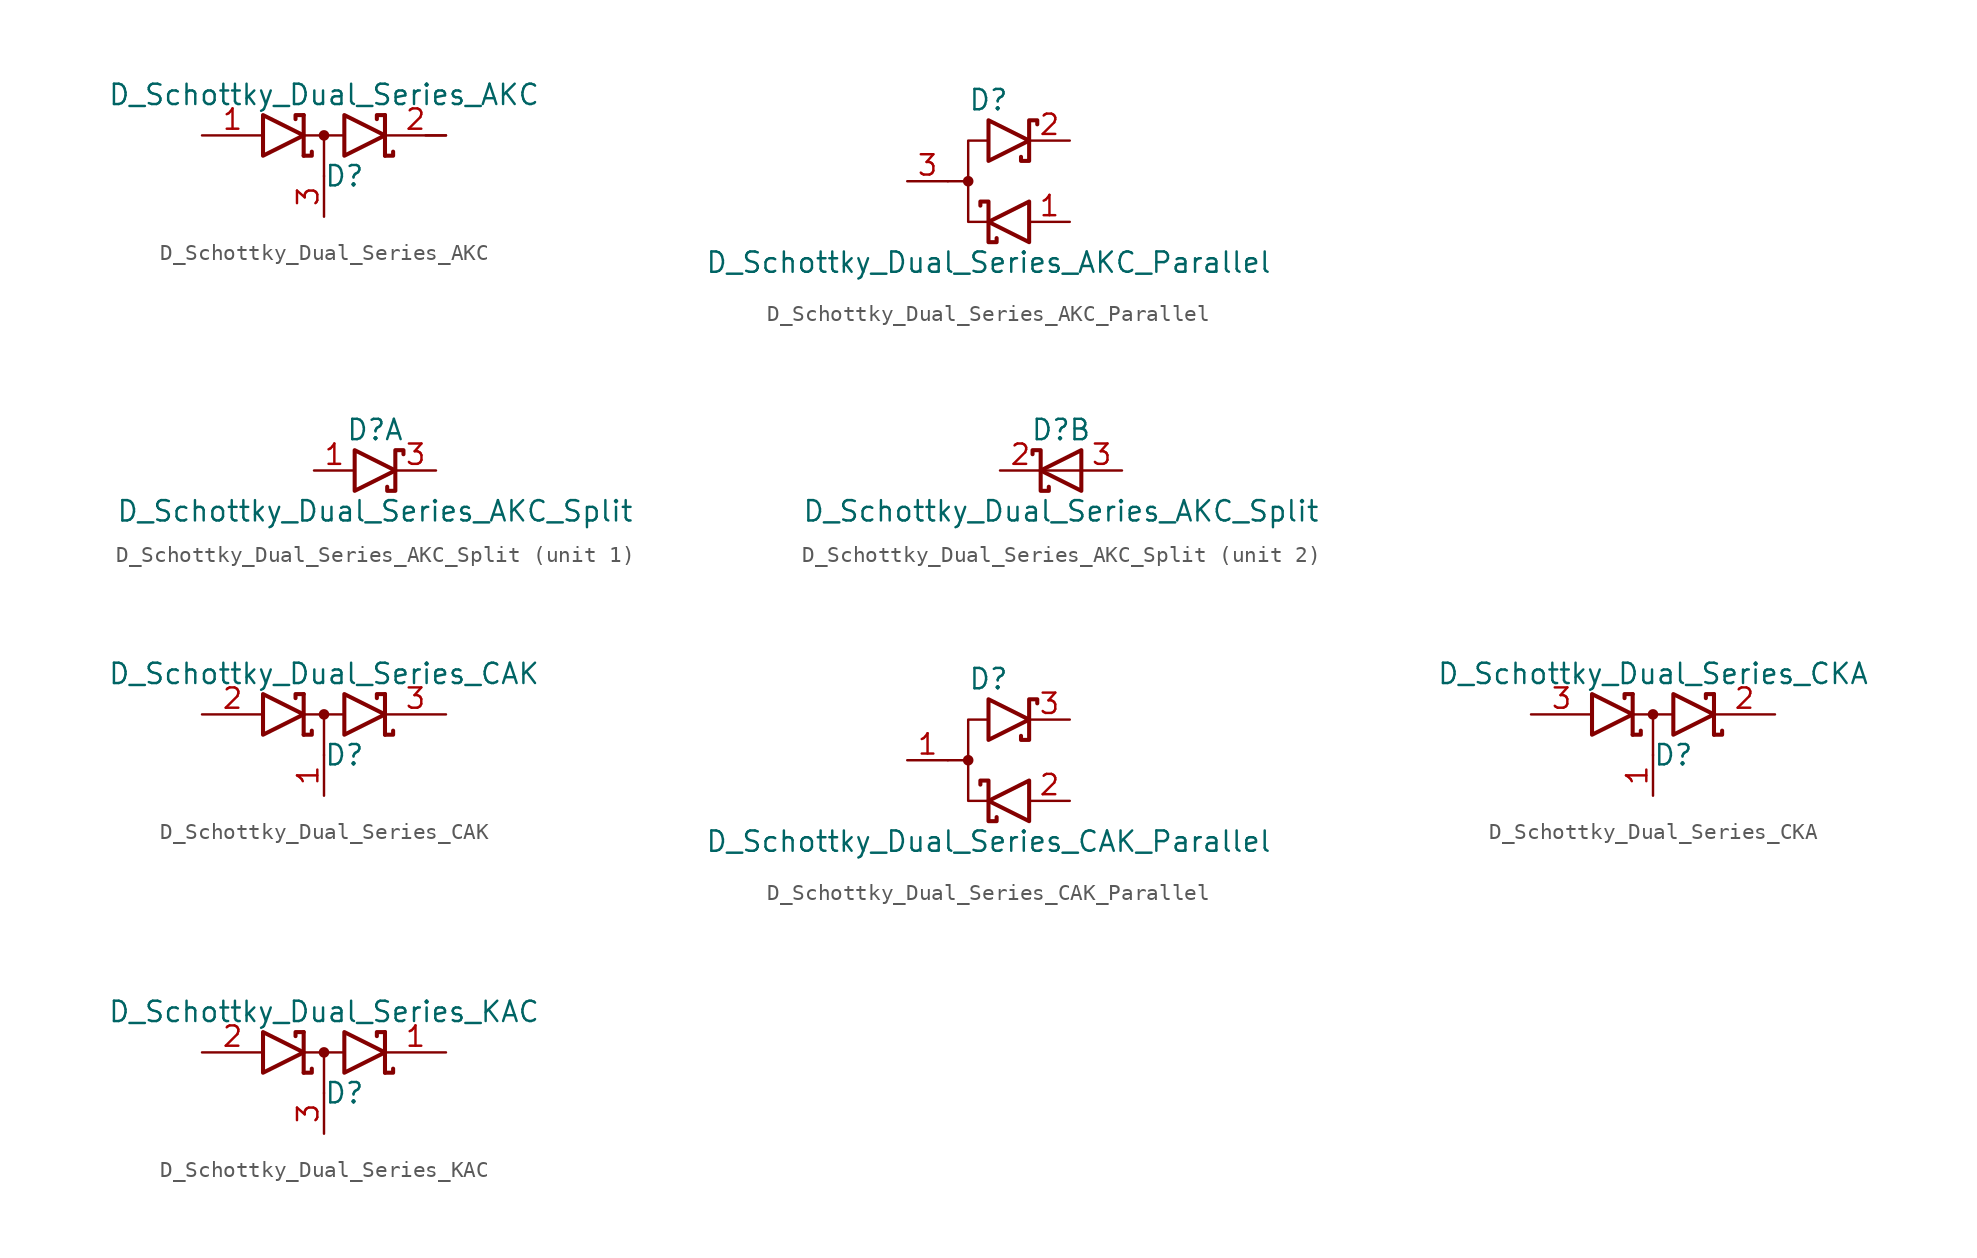
<source format=kicad_sym>
(kicad_symbol_lib
  (version 20241209)
  (generator "kicad_symbol_editor")
  (generator_version "9.0")
  (symbol "D_Schottky_Dual_Series_AKC"
    (pin_names
      (offset 0.762)
      (hide yes))
    (property "Reference" "D"
      (at 1.27 -2.54 0)
      (effects (font (size 1.27 1.27))))
    (property "Value" "D_Schottky_Dual_Series_AKC"
      (at 0 2.54 0)
      (effects (font (size 1.27 1.27))))
    (symbol "D_Schottky_Dual_Series_AKC_0_1"
      (polyline (pts (xy -3.81 1.27) (xy -1.27 0) (xy -3.81 -1.27) (xy -3.81 1.27) (xy -3.81 1.27) (xy -3.81 1.27)) (stroke (width 0.254) (type default)) (fill (type none)))
      (polyline (pts (xy -1.778 1.016) (xy -1.778 1.27) (xy -1.27 1.27) (xy -1.27 1.27) (xy -1.27 1.27)) (stroke (width 0.254) (type default)) (fill (type none)))
      (polyline (pts (xy -1.27 0) (xy 1.27 0)) (stroke (width 0) (type default)) (fill (type none)))
      (polyline (pts (xy -1.27 -1.27) (xy -1.27 1.27) (xy -1.27 1.27)) (stroke (width 0.254) (type default)) (fill (type none)))
      (polyline (pts (xy -1.27 -1.27) (xy -0.762 -1.27) (xy -0.762 -1.016) (xy -0.762 -1.016)) (stroke (width 0.254) (type default)) (fill (type none)))
      (polyline (pts (xy 0 0) (xy 0 -2.54)) (stroke (width 0) (type default)) (fill (type none)))
      (circle (center 0 0) (radius 0.254) (stroke (width 0) (type default)) (fill (type outline)))
      (polyline (pts (xy 1.27 1.27) (xy 3.81 0) (xy 1.27 -1.27) (xy 1.27 1.27) (xy 1.27 1.27) (xy 1.27 1.27)) (stroke (width 0.254) (type default)) (fill (type none)))
      (polyline (pts (xy 3.81 1.27) (xy 3.81 -1.27) (xy 3.81 -1.27)) (stroke (width 0.254) (type default)) (fill (type none)))
      (polyline (pts (xy 3.81 1.27) (xy 3.302 1.27) (xy 3.302 1.016) (xy 3.302 1.016)) (stroke (width 0.254) (type default)) (fill (type none)))
      (polyline (pts (xy 3.81 -1.27) (xy 4.318 -1.27) (xy 4.318 -1.016) (xy 4.318 -1.016)) (stroke (width 0.254) (type default)) (fill (type none)))
      (polyline (pts (xy 6.35 0) (xy 7.62 0)) (stroke (width 0) (type default)) (fill (type none)))
      (pin passive line (at -7.62 0 0) (length 3.81) (name "A" (effects (font (size 1.27 1.27)))) (number "1" (effects (font (size 1.27 1.27)))))
      (pin passive line (at 0 -5.08 90) (length 2.54) (name "common" (effects (font (size 1.27 1.27)))) (number "3" (effects (font (size 1.27 1.27)))))
      (pin passive line (at 7.62 0 180) (length 3.81) (name "K" (effects (font (size 1.27 1.27)))) (number "2" (effects (font (size 1.27 1.27)))))))
  (symbol "D_Schottky_Dual_Series_AKC_Parallel"
    (pin_names
      (offset 0.762)
      (hide yes))
    (property "Reference" "D"
      (at 0 5.08 0)
      (effects (font (size 1.27 1.27))))
    (property "Value" "D_Schottky_Dual_Series_AKC_Parallel"
      (at 0 -5.08 0)
      (effects (font (size 1.27 1.27))))
    (symbol "D_Schottky_Dual_Series_AKC_Parallel_0_1"
      (circle (center -1.27 0) (radius 0.254) (stroke (width 0) (type default)) (fill (type outline)))
      (polyline (pts (xy -1.27 0) (xy -2.54 0)) (stroke (width 0) (type default)) (fill (type none)))
      (polyline (pts (xy -0.508 -1.524) (xy -0.508 -1.27) (xy 0 -1.27) (xy 0 -3.81) (xy 0.508 -3.81) (xy 0.508 -3.556)) (stroke (width 0.254) (type default)) (fill (type none)))
      (polyline (pts (xy 0 3.81) (xy 2.54 2.54) (xy 0 1.27) (xy 0 3.81) (xy 0 3.81) (xy 0 3.81)) (stroke (width 0.254) (type default)) (fill (type none)))
      (polyline (pts (xy 0 2.54) (xy -1.27 2.54) (xy -1.27 -2.54) (xy 0 -2.54)) (stroke (width 0) (type default)) (fill (type none)))
      (polyline (pts (xy 2.54 -1.27) (xy 0 -2.54) (xy 2.54 -3.81) (xy 2.54 -1.27) (xy 2.54 -1.27) (xy 2.54 -1.27)) (stroke (width 0.254) (type default)) (fill (type none)))
      (polyline (pts (xy 3.048 3.556) (xy 3.048 3.81) (xy 2.54 3.81) (xy 2.54 1.27) (xy 2.032 1.27) (xy 2.032 1.524)) (stroke (width 0.254) (type default)) (fill (type none)))
      (pin passive line (at -5.08 0 0) (length 2.54) (name "A" (effects (font (size 1.27 1.27)))) (number "3" (effects (font (size 1.27 1.27)))))
      (pin passive line (at 5.08 2.54 180) (length 2.54) (name "K" (effects (font (size 1.27 1.27)))) (number "2" (effects (font (size 1.27 1.27)))))
      (pin passive line (at 5.08 -2.54 180) (length 2.54) (name "K" (effects (font (size 1.27 1.27)))) (number "1" (effects (font (size 1.27 1.27)))))))
  (symbol "D_Schottky_Dual_Series_AKC_Split"
    (pin_names
      (offset 0.762)
      (hide yes))
    (property "Reference" "D"
      (at 0 2.54 0)
      (effects (font (size 1.27 1.27))))
    (property "Value" "D_Schottky_Dual_Series_AKC_Split"
      (at 0 -2.54 0)
      (effects (font (size 1.27 1.27))))
    (property "ki_locked" ""
      (at 0 0 0)
      (effects (font (size 1.27 1.27))))
    (symbol "D_Schottky_Dual_Series_AKC_Split_0_1"
      (pin passive line (at 3.81 0 180) (length 2.54) (name "K" (effects (font (size 1.27 1.27)))) (number "3" (effects (font (size 1.27 1.27))))))
    (symbol "D_Schottky_Dual_Series_AKC_Split_1_1"
      (polyline (pts (xy -1.27 1.27) (xy 1.27 0) (xy -1.27 -1.27) (xy -1.27 1.27) (xy -1.27 1.27) (xy -1.27 1.27)) (stroke (width 0.254) (type default)) (fill (type none)))
      (polyline (pts (xy 1.778 1.016) (xy 1.778 1.27) (xy 1.27 1.27) (xy 1.27 -1.27) (xy 0.762 -1.27) (xy 0.762 -1.016)) (stroke (width 0.254) (type default)) (fill (type none)))
      (pin passive line (at -3.81 0 0) (length 2.54) (name "A" (effects (font (size 1.27 1.27)))) (number "1" (effects (font (size 1.27 1.27))))))
    (symbol "D_Schottky_Dual_Series_AKC_Split_2_1"
      (polyline (pts (xy -1.778 1.016) (xy -1.778 1.27) (xy -1.27 1.27) (xy -1.27 -1.27) (xy -0.762 -1.27) (xy -0.762 -1.016)) (stroke (width 0.254) (type default)) (fill (type none)))
      (polyline (pts (xy -1.27 0) (xy 1.27 0)) (stroke (width 0) (type default)) (fill (type none)))
      (polyline (pts (xy 1.27 1.27) (xy -1.27 0) (xy 1.27 -1.27) (xy 1.27 1.27) (xy 1.27 1.27) (xy 1.27 1.27)) (stroke (width 0.254) (type default)) (fill (type none)))
      (pin passive line (at -3.81 0 0) (length 2.54) (name "K" (effects (font (size 1.27 1.27)))) (number "2" (effects (font (size 1.27 1.27)))))))
  (symbol "D_Schottky_Dual_Series_CAK"
    (pin_names
      (offset 0.762)
      (hide yes))
    (property "Reference" "D"
      (at 1.27 -2.54 0)
      (effects (font (size 1.27 1.27))))
    (property "Value" "D_Schottky_Dual_Series_CAK"
      (at 0 2.54 0)
      (effects (font (size 1.27 1.27))))
    (symbol "D_Schottky_Dual_Series_CAK_0_1"
      (polyline (pts (xy -3.81 1.27) (xy -1.27 0) (xy -3.81 -1.27) (xy -3.81 1.27) (xy -3.81 1.27) (xy -3.81 1.27)) (stroke (width 0.254) (type default)) (fill (type none)))
      (polyline (pts (xy -1.778 1.016) (xy -1.778 1.27) (xy -1.27 1.27) (xy -1.27 1.27) (xy -1.27 1.27)) (stroke (width 0.254) (type default)) (fill (type none)))
      (polyline (pts (xy -1.27 0) (xy 1.27 0)) (stroke (width 0) (type default)) (fill (type none)))
      (polyline (pts (xy -1.27 -1.27) (xy -1.27 1.27) (xy -1.27 1.27)) (stroke (width 0.254) (type default)) (fill (type none)))
      (polyline (pts (xy -1.27 -1.27) (xy -0.762 -1.27) (xy -0.762 -1.016) (xy -0.762 -1.016)) (stroke (width 0.254) (type default)) (fill (type none)))
      (polyline (pts (xy 0 0) (xy 0 -2.54)) (stroke (width 0) (type default)) (fill (type none)))
      (circle (center 0 0) (radius 0.254) (stroke (width 0) (type default)) (fill (type outline)))
      (polyline (pts (xy 1.27 1.27) (xy 3.81 0) (xy 1.27 -1.27) (xy 1.27 1.27) (xy 1.27 1.27) (xy 1.27 1.27)) (stroke (width 0.254) (type default)) (fill (type none)))
      (polyline (pts (xy 3.81 1.27) (xy 3.81 -1.27) (xy 3.81 -1.27)) (stroke (width 0.254) (type default)) (fill (type none)))
      (polyline (pts (xy 3.81 1.27) (xy 3.302 1.27) (xy 3.302 1.016) (xy 3.302 1.016)) (stroke (width 0.254) (type default)) (fill (type none)))
      (polyline (pts (xy 3.81 -1.27) (xy 4.318 -1.27) (xy 4.318 -1.016) (xy 4.318 -1.016)) (stroke (width 0.254) (type default)) (fill (type none)))
      (pin passive line (at -7.62 0 0) (length 3.81) (name "A" (effects (font (size 1.27 1.27)))) (number "2" (effects (font (size 1.27 1.27)))))
      (pin passive line (at 0 -5.08 90) (length 2.54) (name "common" (effects (font (size 1.27 1.27)))) (number "1" (effects (font (size 1.27 1.27)))))
      (pin passive line (at 7.62 0 180) (length 3.81) (name "K" (effects (font (size 1.27 1.27)))) (number "3" (effects (font (size 1.27 1.27)))))))
  (symbol "D_Schottky_Dual_Series_CAK_Parallel"
    (pin_names
      (offset 0.762)
      (hide yes))
    (property "Reference" "D"
      (at 0 5.08 0)
      (effects (font (size 1.27 1.27))))
    (property "Value" "D_Schottky_Dual_Series_CAK_Parallel"
      (at 0 -5.08 0)
      (effects (font (size 1.27 1.27))))
    (symbol "D_Schottky_Dual_Series_CAK_Parallel_0_1"
      (circle (center -1.27 0) (radius 0.254) (stroke (width 0) (type default)) (fill (type outline)))
      (polyline (pts (xy -1.27 0) (xy -2.54 0)) (stroke (width 0) (type default)) (fill (type none)))
      (polyline (pts (xy -0.508 -1.524) (xy -0.508 -1.27) (xy 0 -1.27) (xy 0 -3.81) (xy 0.508 -3.81) (xy 0.508 -3.556)) (stroke (width 0.254) (type default)) (fill (type none)))
      (polyline (pts (xy 0 3.81) (xy 2.54 2.54) (xy 0 1.27) (xy 0 3.81) (xy 0 3.81) (xy 0 3.81)) (stroke (width 0.254) (type default)) (fill (type none)))
      (polyline (pts (xy 0 2.54) (xy -1.27 2.54) (xy -1.27 -2.54) (xy 0 -2.54)) (stroke (width 0) (type default)) (fill (type none)))
      (polyline (pts (xy 2.54 -1.27) (xy 0 -2.54) (xy 2.54 -3.81) (xy 2.54 -1.27) (xy 2.54 -1.27) (xy 2.54 -1.27)) (stroke (width 0.254) (type default)) (fill (type none)))
      (polyline (pts (xy 3.048 3.556) (xy 3.048 3.81) (xy 2.54 3.81) (xy 2.54 1.27) (xy 2.032 1.27) (xy 2.032 1.524)) (stroke (width 0.254) (type default)) (fill (type none)))
      (pin passive line (at -5.08 0 0) (length 2.54) (name "A" (effects (font (size 1.27 1.27)))) (number "1" (effects (font (size 1.27 1.27)))))
      (pin passive line (at 5.08 2.54 180) (length 2.54) (name "K" (effects (font (size 1.27 1.27)))) (number "3" (effects (font (size 1.27 1.27)))))
      (pin passive line (at 5.08 -2.54 180) (length 2.54) (name "K" (effects (font (size 1.27 1.27)))) (number "2" (effects (font (size 1.27 1.27)))))))
  (symbol "D_Schottky_Dual_Series_CKA"
    (pin_names
      (offset 0.762)
      (hide yes))
    (property "Reference" "D"
      (at 1.27 -2.54 0)
      (effects (font (size 1.27 1.27))))
    (property "Value" "D_Schottky_Dual_Series_CKA"
      (at 0 2.54 0)
      (effects (font (size 1.27 1.27))))
    (symbol "D_Schottky_Dual_Series_CKA_0_1"
      (polyline (pts (xy -3.81 1.27) (xy -1.27 0) (xy -3.81 -1.27) (xy -3.81 1.27) (xy -3.81 1.27) (xy -3.81 1.27)) (stroke (width 0.254) (type default)) (fill (type none)))
      (polyline (pts (xy -1.778 1.016) (xy -1.778 1.27) (xy -1.27 1.27) (xy -1.27 1.27) (xy -1.27 1.27)) (stroke (width 0.254) (type default)) (fill (type none)))
      (polyline (pts (xy -1.27 0) (xy 1.27 0)) (stroke (width 0) (type default)) (fill (type none)))
      (polyline (pts (xy -1.27 -1.27) (xy -1.27 1.27) (xy -1.27 1.27)) (stroke (width 0.254) (type default)) (fill (type none)))
      (polyline (pts (xy -1.27 -1.27) (xy -0.762 -1.27) (xy -0.762 -1.016) (xy -0.762 -1.016)) (stroke (width 0.254) (type default)) (fill (type none)))
      (polyline (pts (xy 0 0) (xy 0 -2.54)) (stroke (width 0) (type default)) (fill (type none)))
      (circle (center 0 0) (radius 0.254) (stroke (width 0) (type default)) (fill (type outline)))
      (polyline (pts (xy 1.27 1.27) (xy 3.81 0) (xy 1.27 -1.27) (xy 1.27 1.27) (xy 1.27 1.27) (xy 1.27 1.27)) (stroke (width 0.254) (type default)) (fill (type none)))
      (polyline (pts (xy 3.81 1.27) (xy 3.81 -1.27) (xy 3.81 -1.27)) (stroke (width 0.254) (type default)) (fill (type none)))
      (polyline (pts (xy 3.81 1.27) (xy 3.302 1.27) (xy 3.302 1.016) (xy 3.302 1.016)) (stroke (width 0.254) (type default)) (fill (type none)))
      (polyline (pts (xy 3.81 -1.27) (xy 4.318 -1.27) (xy 4.318 -1.016) (xy 4.318 -1.016)) (stroke (width 0.254) (type default)) (fill (type none)))
      (pin passive line (at -7.62 0 0) (length 3.81) (name "A" (effects (font (size 1.27 1.27)))) (number "3" (effects (font (size 1.27 1.27)))))
      (pin passive line (at 0 -5.08 90) (length 2.54) (name "common" (effects (font (size 1.27 1.27)))) (number "1" (effects (font (size 1.27 1.27)))))
      (pin passive line (at 7.62 0 180) (length 3.81) (name "K" (effects (font (size 1.27 1.27)))) (number "2" (effects (font (size 1.27 1.27)))))))
  (symbol "D_Schottky_Dual_Series_KAC"
    (pin_names
      (offset 0.762)
      (hide yes))
    (property "Reference" "D"
      (at 1.27 -2.54 0)
      (effects (font (size 1.27 1.27))))
    (property "Value" "D_Schottky_Dual_Series_KAC"
      (at 0 2.54 0)
      (effects (font (size 1.27 1.27))))
    (symbol "D_Schottky_Dual_Series_KAC_0_1"
      (polyline (pts (xy -3.81 1.27) (xy -1.27 0) (xy -3.81 -1.27) (xy -3.81 1.27) (xy -3.81 1.27) (xy -3.81 1.27)) (stroke (width 0.254) (type default)) (fill (type none)))
      (polyline (pts (xy -1.778 1.016) (xy -1.778 1.27) (xy -1.27 1.27) (xy -1.27 1.27) (xy -1.27 1.27)) (stroke (width 0.254) (type default)) (fill (type none)))
      (polyline (pts (xy -1.27 0) (xy 1.27 0)) (stroke (width 0) (type default)) (fill (type none)))
      (polyline (pts (xy -1.27 -1.27) (xy -1.27 1.27) (xy -1.27 1.27)) (stroke (width 0.254) (type default)) (fill (type none)))
      (polyline (pts (xy -1.27 -1.27) (xy -0.762 -1.27) (xy -0.762 -1.016) (xy -0.762 -1.016)) (stroke (width 0.254) (type default)) (fill (type none)))
      (polyline (pts (xy 0 0) (xy 0 -2.54)) (stroke (width 0) (type default)) (fill (type none)))
      (circle (center 0 0) (radius 0.254) (stroke (width 0) (type default)) (fill (type outline)))
      (polyline (pts (xy 1.27 1.27) (xy 3.81 0) (xy 1.27 -1.27) (xy 1.27 1.27) (xy 1.27 1.27) (xy 1.27 1.27)) (stroke (width 0.254) (type default)) (fill (type none)))
      (polyline (pts (xy 3.81 1.27) (xy 3.81 -1.27) (xy 3.81 -1.27)) (stroke (width 0.254) (type default)) (fill (type none)))
      (polyline (pts (xy 3.81 1.27) (xy 3.302 1.27) (xy 3.302 1.016) (xy 3.302 1.016)) (stroke (width 0.254) (type default)) (fill (type none)))
      (polyline (pts (xy 3.81 -1.27) (xy 4.318 -1.27) (xy 4.318 -1.016) (xy 4.318 -1.016)) (stroke (width 0.254) (type default)) (fill (type none)))
      (pin passive line (at -7.62 0 0) (length 3.81) (name "A" (effects (font (size 1.27 1.27)))) (number "2" (effects (font (size 1.27 1.27)))))
      (pin passive line (at 0 -5.08 90) (length 2.54) (name "common" (effects (font (size 1.27 1.27)))) (number "3" (effects (font (size 1.27 1.27)))))
      (pin passive line (at 7.62 0 180) (length 3.81) (name "K" (effects (font (size 1.27 1.27)))) (number "1" (effects (font (size 1.27 1.27))))))))
</source>
